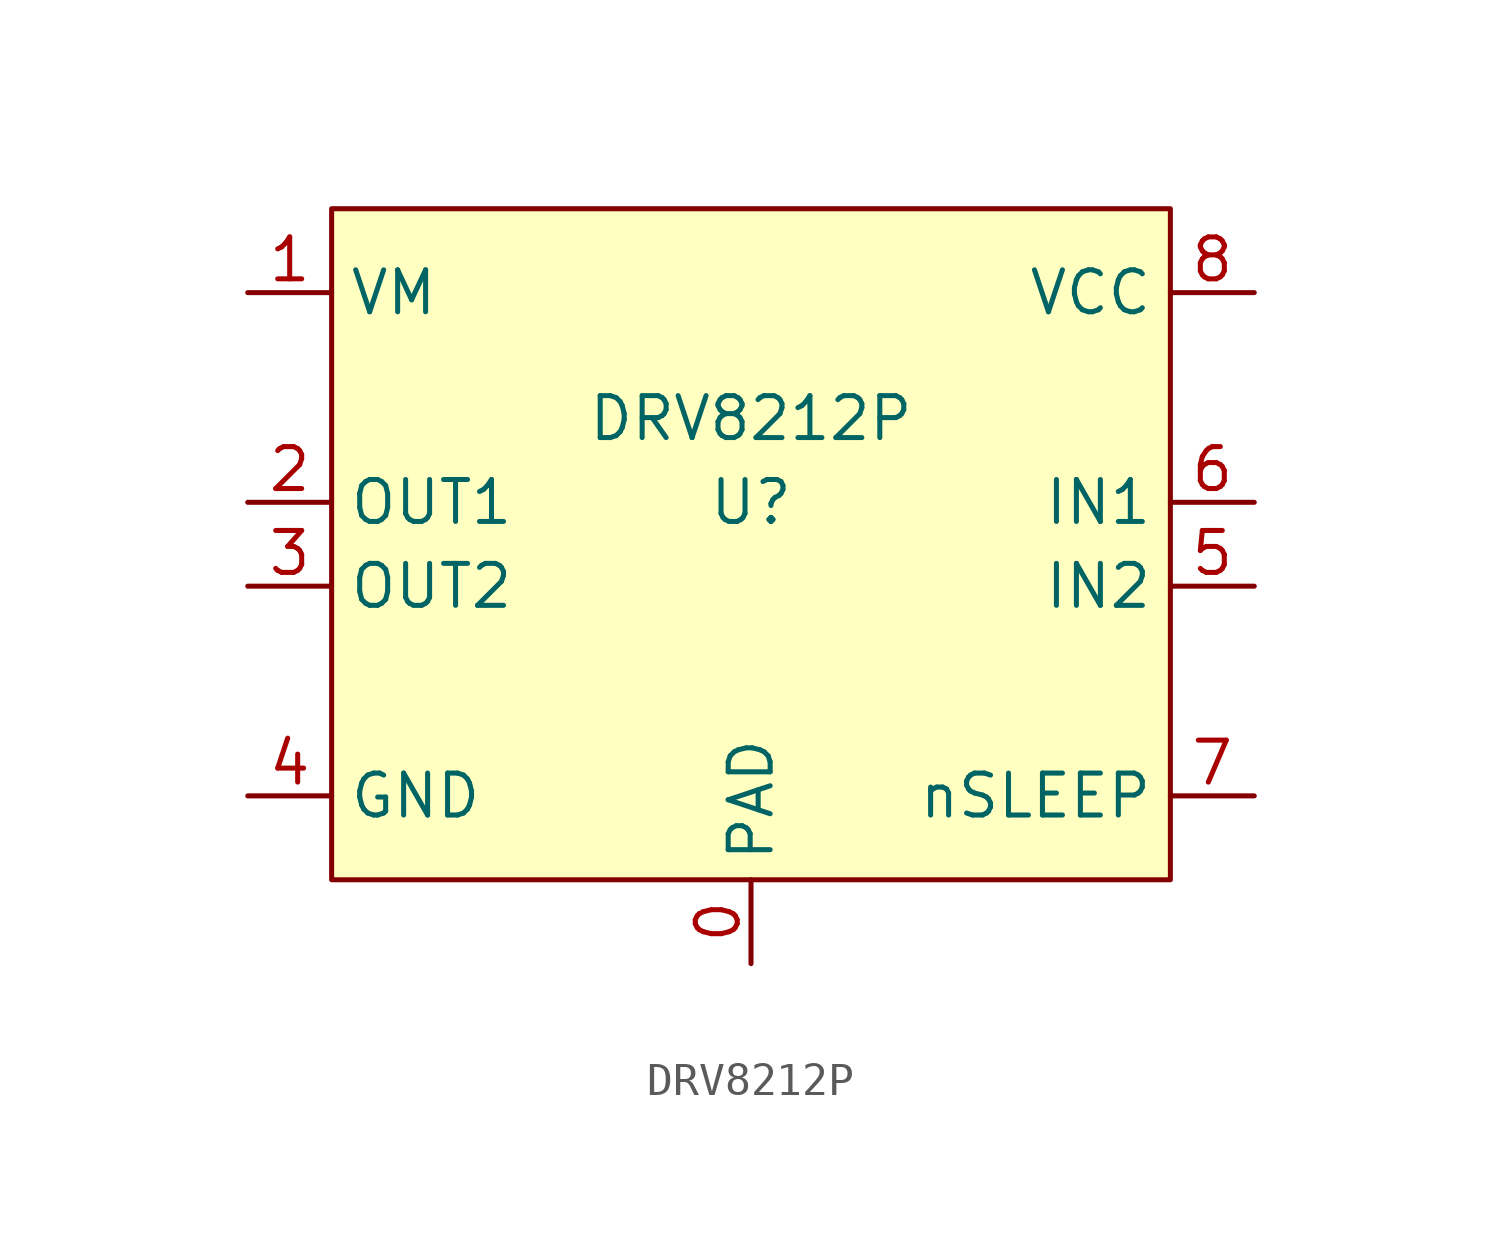
<source format=kicad_sym>
(kicad_symbol_lib
  (version 20211014)
  (generator kicad_symbol_editor)
  (symbol "DRV8212P"
    (property "Reference" "U"
      (at 12.7 -8.89 0)
      (effects (font (size 1.27 1.27))))
    (property "Value" "DRV8212P"
      (at 12.7 -6.35 0)
      (effects (font (size 1.27 1.27))))
    (symbol "DRV8212P_0_1"
      (rectangle (start 0 0) (end 25.4 -20.32) (stroke (width 0) (type default) (color 0 0 0 0)) (fill (type background))))
    (symbol "DRV8212P_1_1"
      (pin power_in line (at 12.7 -22.86 90) (length 2.54) (name "PAD" (effects (font (size 1.27 1.27)))) (number "0" (effects (font (size 1.27 1.27)))))
      (pin power_in line (at -2.54 -2.54 0) (length 2.54) (name "VM" (effects (font (size 1.27 1.27)))) (number "1" (effects (font (size 1.27 1.27)))))
      (pin power_out line (at -2.54 -8.89 0) (length 2.54) (name "OUT1" (effects (font (size 1.27 1.27)))) (number "2" (effects (font (size 1.27 1.27)))))
      (pin power_out line (at -2.54 -11.43 0) (length 2.54) (name "OUT2" (effects (font (size 1.27 1.27)))) (number "3" (effects (font (size 1.27 1.27)))))
      (pin power_in line (at -2.54 -17.78 0) (length 2.54) (name "GND" (effects (font (size 1.27 1.27)))) (number "4" (effects (font (size 1.27 1.27)))))
      (pin input line (at 27.94 -11.43 180) (length 2.54) (name "IN2" (effects (font (size 1.27 1.27)))) (number "5" (effects (font (size 1.27 1.27)))))
      (pin input line (at 27.94 -8.89 180) (length 2.54) (name "IN1" (effects (font (size 1.27 1.27)))) (number "6" (effects (font (size 1.27 1.27)))))
      (pin input line (at 27.94 -17.78 180) (length 2.54) (name "nSLEEP" (effects (font (size 1.27 1.27)))) (number "7" (effects (font (size 1.27 1.27)))))
      (pin power_in line (at 27.94 -2.54 180) (length 2.54) (name "VCC" (effects (font (size 1.27 1.27)))) (number "8" (effects (font (size 1.27 1.27))))))))
</source>
